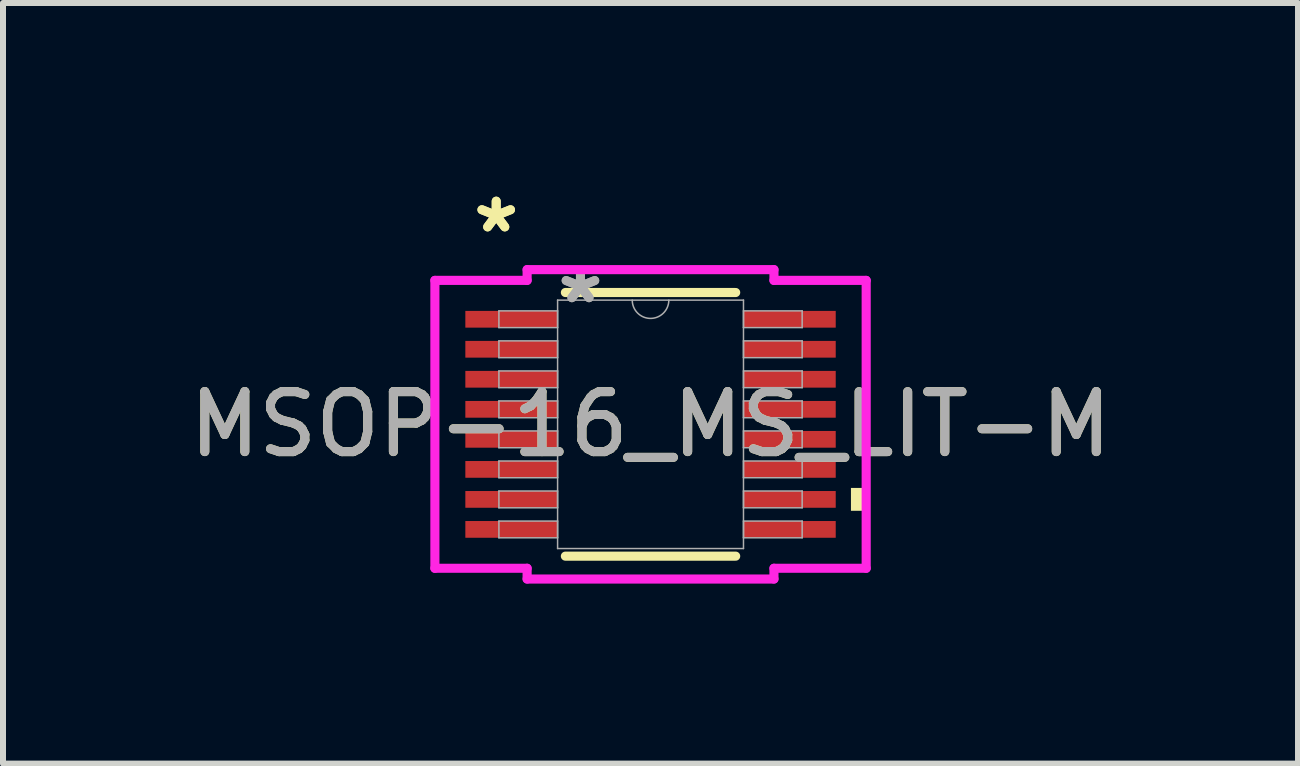
<source format=kicad_pcb>
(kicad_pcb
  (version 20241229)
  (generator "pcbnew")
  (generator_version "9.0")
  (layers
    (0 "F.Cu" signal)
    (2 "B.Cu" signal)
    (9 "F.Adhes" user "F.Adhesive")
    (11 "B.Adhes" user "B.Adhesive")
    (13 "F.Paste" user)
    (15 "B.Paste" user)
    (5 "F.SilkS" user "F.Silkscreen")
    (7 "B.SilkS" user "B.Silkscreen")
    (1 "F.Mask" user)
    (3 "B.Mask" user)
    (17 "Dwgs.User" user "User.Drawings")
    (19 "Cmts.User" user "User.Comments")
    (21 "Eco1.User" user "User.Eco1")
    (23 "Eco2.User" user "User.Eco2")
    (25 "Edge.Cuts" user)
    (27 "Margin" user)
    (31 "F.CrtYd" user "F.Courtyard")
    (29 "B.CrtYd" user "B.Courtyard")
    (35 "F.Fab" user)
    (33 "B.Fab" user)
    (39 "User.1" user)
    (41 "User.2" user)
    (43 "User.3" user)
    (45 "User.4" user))
  (footprint "MSOP-16_MS_LIT-M"
    (layer "F.Cu")
    (at 7.792 4.022)
    (property "Reference" "MSOP-16_MS_LIT-M" (at 0 0 0) (unlocked yes) (layer "F.SilkS") (effects (font (size 1 1) (thickness 0.15))))
    (attr smd)
    (fp_line (start -1.419 2.197) (end 1.419 2.197) (stroke (width 0.152) (type solid)) (layer "F.SilkS"))
    (fp_line (start 1.419 -2.197) (end -1.419 -2.197) (stroke (width 0.152) (type solid)) (layer "F.SilkS"))
    (fp_poly (pts (xy 3.594 1.06) (xy 3.594 1.441) (xy 3.34 1.441) (xy 3.34 1.06)) (stroke (width 0) (type solid)) (fill yes) (layer "F.SilkS"))
    (fp_line (start -3.594 -2.399) (end -2.057 -2.399) (stroke (width 0.152) (type solid)) (layer "F.CrtYd"))
    (fp_line (start -3.594 2.399) (end -3.594 -2.399) (stroke (width 0.152) (type solid)) (layer "F.CrtYd"))
    (fp_line (start -3.594 2.399) (end -2.057 2.399) (stroke (width 0.152) (type solid)) (layer "F.CrtYd"))
    (fp_line (start -2.057 -2.578) (end 2.057 -2.578) (stroke (width 0.152) (type solid)) (layer "F.CrtYd"))
    (fp_line (start -2.057 -2.399) (end -2.057 -2.578) (stroke (width 0.152) (type solid)) (layer "F.CrtYd"))
    (fp_line (start -2.057 2.578) (end -2.057 2.399) (stroke (width 0.152) (type solid)) (layer "F.CrtYd"))
    (fp_line (start 2.057 -2.578) (end 2.057 -2.399) (stroke (width 0.152) (type solid)) (layer "F.CrtYd"))
    (fp_line (start 2.057 2.399) (end 2.057 2.578) (stroke (width 0.152) (type solid)) (layer "F.CrtYd"))
    (fp_line (start 2.057 2.578) (end -2.057 2.578) (stroke (width 0.152) (type solid)) (layer "F.CrtYd"))
    (fp_line (start 3.594 -2.399) (end 2.057 -2.399) (stroke (width 0.152) (type solid)) (layer "F.CrtYd"))
    (fp_line (start 3.594 -2.399) (end 3.594 2.399) (stroke (width 0.152) (type solid)) (layer "F.CrtYd"))
    (fp_line (start 3.594 2.399) (end 2.057 2.399) (stroke (width 0.152) (type solid)) (layer "F.CrtYd"))
    (fp_line (start -2.527 -1.891) (end -2.527 -1.612) (stroke (width 0.025) (type solid)) (layer "F.Fab"))
    (fp_line (start -2.527 -1.612) (end -1.549 -1.612) (stroke (width 0.025) (type solid)) (layer "F.Fab"))
    (fp_line (start -2.527 -1.391) (end -2.527 -1.111) (stroke (width 0.025) (type solid)) (layer "F.Fab"))
    (fp_line (start -2.527 -1.111) (end -1.549 -1.111) (stroke (width 0.025) (type solid)) (layer "F.Fab"))
    (fp_line (start -2.527 -0.89) (end -2.527 -0.611) (stroke (width 0.025) (type solid)) (layer "F.Fab"))
    (fp_line (start -2.527 -0.611) (end -1.549 -0.611) (stroke (width 0.025) (type solid)) (layer "F.Fab"))
    (fp_line (start -2.527 -0.39) (end -2.527 -0.11) (stroke (width 0.025) (type solid)) (layer "F.Fab"))
    (fp_line (start -2.527 -0.11) (end -1.549 -0.11) (stroke (width 0.025) (type solid)) (layer "F.Fab"))
    (fp_line (start -2.527 0.11) (end -2.527 0.39) (stroke (width 0.025) (type solid)) (layer "F.Fab"))
    (fp_line (start -2.527 0.39) (end -1.549 0.39) (stroke (width 0.025) (type solid)) (layer "F.Fab"))
    (fp_line (start -2.527 0.611) (end -2.527 0.89) (stroke (width 0.025) (type solid)) (layer "F.Fab"))
    (fp_line (start -2.527 0.89) (end -1.549 0.89) (stroke (width 0.025) (type solid)) (layer "F.Fab"))
    (fp_line (start -2.527 1.111) (end -2.527 1.391) (stroke (width 0.025) (type solid)) (layer "F.Fab"))
    (fp_line (start -2.527 1.391) (end -1.549 1.391) (stroke (width 0.025) (type solid)) (layer "F.Fab"))
    (fp_line (start -2.527 1.612) (end -2.527 1.891) (stroke (width 0.025) (type solid)) (layer "F.Fab"))
    (fp_line (start -2.527 1.891) (end -1.549 1.891) (stroke (width 0.025) (type solid)) (layer "F.Fab"))
    (fp_line (start -1.549 -2.07) (end -1.549 2.07) (stroke (width 0.025) (type solid)) (layer "F.Fab"))
    (fp_line (start -1.549 -1.891) (end -2.527 -1.891) (stroke (width 0.025) (type solid)) (layer "F.Fab"))
    (fp_line (start -1.549 -1.612) (end -1.549 -1.891) (stroke (width 0.025) (type solid)) (layer "F.Fab"))
    (fp_line (start -1.549 -1.391) (end -2.527 -1.391) (stroke (width 0.025) (type solid)) (layer "F.Fab"))
    (fp_line (start -1.549 -1.111) (end -1.549 -1.391) (stroke (width 0.025) (type solid)) (layer "F.Fab"))
    (fp_line (start -1.549 -0.89) (end -2.527 -0.89) (stroke (width 0.025) (type solid)) (layer "F.Fab"))
    (fp_line (start -1.549 -0.611) (end -1.549 -0.89) (stroke (width 0.025) (type solid)) (layer "F.Fab"))
    (fp_line (start -1.549 -0.39) (end -2.527 -0.39) (stroke (width 0.025) (type solid)) (layer "F.Fab"))
    (fp_line (start -1.549 -0.11) (end -1.549 -0.39) (stroke (width 0.025) (type solid)) (layer "F.Fab"))
    (fp_line (start -1.549 0.11) (end -2.527 0.11) (stroke (width 0.025) (type solid)) (layer "F.Fab"))
    (fp_line (start -1.549 0.39) (end -1.549 0.11) (stroke (width 0.025) (type solid)) (layer "F.Fab"))
    (fp_line (start -1.549 0.611) (end -2.527 0.611) (stroke (width 0.025) (type solid)) (layer "F.Fab"))
    (fp_line (start -1.549 0.89) (end -1.549 0.611) (stroke (width 0.025) (type solid)) (layer "F.Fab"))
    (fp_line (start -1.549 1.111) (end -2.527 1.111) (stroke (width 0.025) (type solid)) (layer "F.Fab"))
    (fp_line (start -1.549 1.391) (end -1.549 1.111) (stroke (width 0.025) (type solid)) (layer "F.Fab"))
    (fp_line (start -1.549 1.612) (end -2.527 1.612) (stroke (width 0.025) (type solid)) (layer "F.Fab"))
    (fp_line (start -1.549 1.891) (end -1.549 1.612) (stroke (width 0.025) (type solid)) (layer "F.Fab"))
    (fp_line (start -1.549 2.07) (end 1.549 2.07) (stroke (width 0.025) (type solid)) (layer "F.Fab"))
    (fp_line (start 1.549 -2.07) (end -1.549 -2.07) (stroke (width 0.025) (type solid)) (layer "F.Fab"))
    (fp_line (start 1.549 -1.891) (end 1.549 -1.612) (stroke (width 0.025) (type solid)) (layer "F.Fab"))
    (fp_line (start 1.549 -1.612) (end 2.527 -1.612) (stroke (width 0.025) (type solid)) (layer "F.Fab"))
    (fp_line (start 1.549 -1.391) (end 1.549 -1.111) (stroke (width 0.025) (type solid)) (layer "F.Fab"))
    (fp_line (start 1.549 -1.111) (end 2.527 -1.111) (stroke (width 0.025) (type solid)) (layer "F.Fab"))
    (fp_line (start 1.549 -0.89) (end 1.549 -0.611) (stroke (width 0.025) (type solid)) (layer "F.Fab"))
    (fp_line (start 1.549 -0.611) (end 2.527 -0.611) (stroke (width 0.025) (type solid)) (layer "F.Fab"))
    (fp_line (start 1.549 -0.39) (end 1.549 -0.11) (stroke (width 0.025) (type solid)) (layer "F.Fab"))
    (fp_line (start 1.549 -0.11) (end 2.527 -0.11) (stroke (width 0.025) (type solid)) (layer "F.Fab"))
    (fp_line (start 1.549 0.11) (end 1.549 0.39) (stroke (width 0.025) (type solid)) (layer "F.Fab"))
    (fp_line (start 1.549 0.39) (end 2.527 0.39) (stroke (width 0.025) (type solid)) (layer "F.Fab"))
    (fp_line (start 1.549 0.611) (end 1.549 0.89) (stroke (width 0.025) (type solid)) (layer "F.Fab"))
    (fp_line (start 1.549 0.89) (end 2.527 0.89) (stroke (width 0.025) (type solid)) (layer "F.Fab"))
    (fp_line (start 1.549 1.111) (end 1.549 1.391) (stroke (width 0.025) (type solid)) (layer "F.Fab"))
    (fp_line (start 1.549 1.391) (end 2.527 1.391) (stroke (width 0.025) (type solid)) (layer "F.Fab"))
    (fp_line (start 1.549 1.612) (end 1.549 1.891) (stroke (width 0.025) (type solid)) (layer "F.Fab"))
    (fp_line (start 1.549 1.891) (end 2.527 1.891) (stroke (width 0.025) (type solid)) (layer "F.Fab"))
    (fp_line (start 1.549 2.07) (end 1.549 -2.07) (stroke (width 0.025) (type solid)) (layer "F.Fab"))
    (fp_line (start 2.527 -1.891) (end 1.549 -1.891) (stroke (width 0.025) (type solid)) (layer "F.Fab"))
    (fp_line (start 2.527 -1.612) (end 2.527 -1.891) (stroke (width 0.025) (type solid)) (layer "F.Fab"))
    (fp_line (start 2.527 -1.391) (end 1.549 -1.391) (stroke (width 0.025) (type solid)) (layer "F.Fab"))
    (fp_line (start 2.527 -1.111) (end 2.527 -1.391) (stroke (width 0.025) (type solid)) (layer "F.Fab"))
    (fp_line (start 2.527 -0.89) (end 1.549 -0.89) (stroke (width 0.025) (type solid)) (layer "F.Fab"))
    (fp_line (start 2.527 -0.611) (end 2.527 -0.89) (stroke (width 0.025) (type solid)) (layer "F.Fab"))
    (fp_line (start 2.527 -0.39) (end 1.549 -0.39) (stroke (width 0.025) (type solid)) (layer "F.Fab"))
    (fp_line (start 2.527 -0.11) (end 2.527 -0.39) (stroke (width 0.025) (type solid)) (layer "F.Fab"))
    (fp_line (start 2.527 0.11) (end 1.549 0.11) (stroke (width 0.025) (type solid)) (layer "F.Fab"))
    (fp_line (start 2.527 0.39) (end 2.527 0.11) (stroke (width 0.025) (type solid)) (layer "F.Fab"))
    (fp_line (start 2.527 0.611) (end 1.549 0.611) (stroke (width 0.025) (type solid)) (layer "F.Fab"))
    (fp_line (start 2.527 0.89) (end 2.527 0.611) (stroke (width 0.025) (type solid)) (layer "F.Fab"))
    (fp_line (start 2.527 1.111) (end 1.549 1.111) (stroke (width 0.025) (type solid)) (layer "F.Fab"))
    (fp_line (start 2.527 1.391) (end 2.527 1.111) (stroke (width 0.025) (type solid)) (layer "F.Fab"))
    (fp_line (start 2.527 1.612) (end 1.549 1.612) (stroke (width 0.025) (type solid)) (layer "F.Fab"))
    (fp_line (start 2.527 1.891) (end 2.527 1.612) (stroke (width 0.025) (type solid)) (layer "F.Fab"))
    (fp_arc (start 0.3048 -2.0701) (mid 0 -1.7653) (end -0.3048 -2.0701) (stroke (width 0.0254) (type solid)) (layer "F.Fab"))
    (fp_text user "*" (at -2.572 -3.174 0) (unlocked yes) (layer "F.SilkS") (effects (font (size 1 1) (thickness 0.15))))
    (fp_text user "*" (at -2.572 -3.174 0) (layer "F.SilkS") (effects (font (size 1 1) (thickness 0.15))))
    (fp_text user "${REFERENCE}" (at 0 0 0) (unlocked yes) (layer "F.Fab") (effects (font (size 1 1) (thickness 0.15))))
    (fp_text user "*" (at -1.168 -1.994 0) (layer "F.Fab") (effects (font (size 1 1) (thickness 0.15))))
    (fp_text user "*" (at -1.168 -1.994 0) (unlocked yes) (layer "F.Fab") (effects (font (size 1 1) (thickness 0.15))))
    (pad "1" smd rect (at -2.318 -1.751) (size 1.537 0.279) (layers "F.Cu" "F.Mask" "F.Paste"))
    (pad "2" smd rect (at -2.318 -1.251) (size 1.537 0.279) (layers "F.Cu" "F.Mask" "F.Paste"))
    (pad "3" smd rect (at -2.318 -0.751) (size 1.537 0.279) (layers "F.Cu" "F.Mask" "F.Paste"))
    (pad "4" smd rect (at -2.318 -0.25) (size 1.537 0.279) (layers "F.Cu" "F.Mask" "F.Paste"))
    (pad "5" smd rect (at -2.318 0.25) (size 1.537 0.279) (layers "F.Cu" "F.Mask" "F.Paste"))
    (pad "6" smd rect (at -2.318 0.751) (size 1.537 0.279) (layers "F.Cu" "F.Mask" "F.Paste"))
    (pad "7" smd rect (at -2.318 1.251) (size 1.537 0.279) (layers "F.Cu" "F.Mask" "F.Paste"))
    (pad "8" smd rect (at -2.318 1.751) (size 1.537 0.279) (layers "F.Cu" "F.Mask" "F.Paste"))
    (pad "9" smd rect (at 2.318 1.751) (size 1.537 0.279) (layers "F.Cu" "F.Mask" "F.Paste"))
    (pad "10" smd rect (at 2.318 1.251) (size 1.537 0.279) (layers "F.Cu" "F.Mask" "F.Paste"))
    (pad "11" smd rect (at 2.318 0.751) (size 1.537 0.279) (layers "F.Cu" "F.Mask" "F.Paste"))
    (pad "12" smd rect (at 2.318 0.25) (size 1.537 0.279) (layers "F.Cu" "F.Mask" "F.Paste"))
    (pad "13" smd rect (at 2.318 -0.25) (size 1.537 0.279) (layers "F.Cu" "F.Mask" "F.Paste"))
    (pad "14" smd rect (at 2.318 -0.751) (size 1.537 0.279) (layers "F.Cu" "F.Mask" "F.Paste"))
    (pad "15" smd rect (at 2.318 -1.251) (size 1.537 0.279) (layers "F.Cu" "F.Mask" "F.Paste"))
    (pad "16" smd rect (at 2.318 -1.751) (size 1.537 0.279) (layers "F.Cu" "F.Mask" "F.Paste")))
  (gr_rect
    (start -3 -3)
    (end 18.583 9.676)
    (stroke (width 0.1) (type default))
    (fill no)
    (layer "Edge.Cuts")))
</source>
